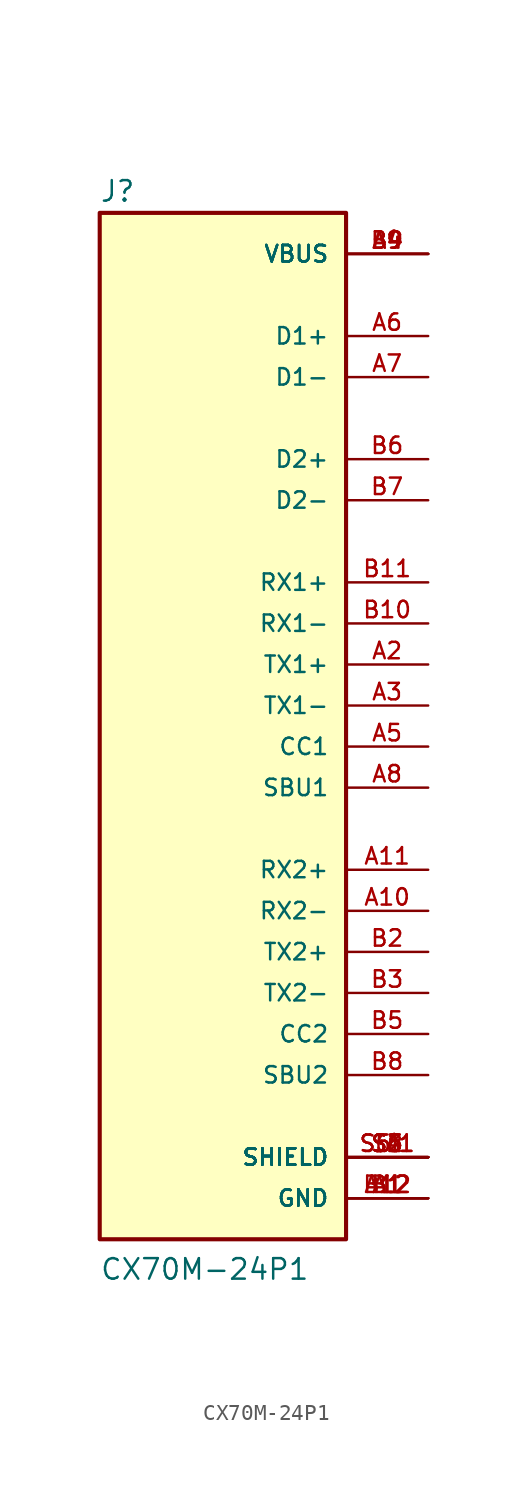
<source format=kicad_sym>
(kicad_symbol_lib
  (version 20211014)
  (generator kicad_symbol_editor)
  (symbol "CX70M-24P1"
    (pin_names
      (offset 1.016))
    (property "Reference" "J"
      (at -7.64 33.614 0)
      (effects (font (size 1.27 1.27)) (justify bottom left)))
    (property "Value" "CX70M-24P1"
      (at -7.633 -33.08 0)
      (effects (font (size 1.27 1.27)) (justify bottom left)))
    (symbol "CX70M-24P1_0_0"
      (rectangle (start -7.62 -30.48) (end 7.62 33.02) (stroke (width 0.254)) (fill (type background)))
      (pin power_in line (at 12.7 30.48 180.0) (length 5.08) (name "VBUS" (effects (font (size 1.016 1.016)))) (number "A4" (effects (font (size 1.016 1.016)))))
      (pin power_in line (at 12.7 30.48 180.0) (length 5.08) (name "VBUS" (effects (font (size 1.016 1.016)))) (number "A9" (effects (font (size 1.016 1.016)))))
      (pin power_in line (at 12.7 30.48 180.0) (length 5.08) (name "VBUS" (effects (font (size 1.016 1.016)))) (number "B4" (effects (font (size 1.016 1.016)))))
      (pin power_in line (at 12.7 30.48 180.0) (length 5.08) (name "VBUS" (effects (font (size 1.016 1.016)))) (number "B9" (effects (font (size 1.016 1.016)))))
      (pin power_in line (at 12.7 -25.4 180.0) (length 5.08) (name "SHIELD" (effects (font (size 1.016 1.016)))) (number "S1" (effects (font (size 1.016 1.016)))))
      (pin power_in line (at 12.7 -25.4 180.0) (length 5.08) (name "SHIELD" (effects (font (size 1.016 1.016)))) (number "S2" (effects (font (size 1.016 1.016)))))
      (pin power_in line (at 12.7 -25.4 180.0) (length 5.08) (name "SHIELD" (effects (font (size 1.016 1.016)))) (number "S3" (effects (font (size 1.016 1.016)))))
      (pin power_in line (at 12.7 -25.4 180.0) (length 5.08) (name "SHIELD" (effects (font (size 1.016 1.016)))) (number "S4" (effects (font (size 1.016 1.016)))))
      (pin power_in line (at 12.7 -25.4 180.0) (length 5.08) (name "SHIELD" (effects (font (size 1.016 1.016)))) (number "S5" (effects (font (size 1.016 1.016)))))
      (pin power_in line (at 12.7 -25.4 180.0) (length 5.08) (name "SHIELD" (effects (font (size 1.016 1.016)))) (number "S5.1" (effects (font (size 1.016 1.016)))))
      (pin power_in line (at 12.7 -25.4 180.0) (length 5.08) (name "SHIELD" (effects (font (size 1.016 1.016)))) (number "S6" (effects (font (size 1.016 1.016)))))
      (pin power_in line (at 12.7 -25.4 180.0) (length 5.08) (name "SHIELD" (effects (font (size 1.016 1.016)))) (number "S6.1" (effects (font (size 1.016 1.016)))))
      (pin bidirectional line (at 12.7 25.4 180.0) (length 5.08) (name "D1+" (effects (font (size 1.016 1.016)))) (number "A6" (effects (font (size 1.016 1.016)))))
      (pin bidirectional line (at 12.7 22.86 180.0) (length 5.08) (name "D1-" (effects (font (size 1.016 1.016)))) (number "A7" (effects (font (size 1.016 1.016)))))
      (pin bidirectional line (at 12.7 17.78 180.0) (length 5.08) (name "D2+" (effects (font (size 1.016 1.016)))) (number "B6" (effects (font (size 1.016 1.016)))))
      (pin bidirectional line (at 12.7 15.24 180.0) (length 5.08) (name "D2-" (effects (font (size 1.016 1.016)))) (number "B7" (effects (font (size 1.016 1.016)))))
      (pin power_in line (at 12.7 -27.94 180.0) (length 5.08) (name "GND" (effects (font (size 1.016 1.016)))) (number "A1" (effects (font (size 1.016 1.016)))))
      (pin power_in line (at 12.7 -27.94 180.0) (length 5.08) (name "GND" (effects (font (size 1.016 1.016)))) (number "A12" (effects (font (size 1.016 1.016)))))
      (pin power_in line (at 12.7 -27.94 180.0) (length 5.08) (name "GND" (effects (font (size 1.016 1.016)))) (number "B1" (effects (font (size 1.016 1.016)))))
      (pin power_in line (at 12.7 -27.94 180.0) (length 5.08) (name "GND" (effects (font (size 1.016 1.016)))) (number "B12" (effects (font (size 1.016 1.016)))))
      (pin bidirectional line (at 12.7 10.16 180.0) (length 5.08) (name "RX1+" (effects (font (size 1.016 1.016)))) (number "B11" (effects (font (size 1.016 1.016)))))
      (pin bidirectional line (at 12.7 7.62 180.0) (length 5.08) (name "RX1-" (effects (font (size 1.016 1.016)))) (number "B10" (effects (font (size 1.016 1.016)))))
      (pin bidirectional line (at 12.7 5.08 180.0) (length 5.08) (name "TX1+" (effects (font (size 1.016 1.016)))) (number "A2" (effects (font (size 1.016 1.016)))))
      (pin bidirectional line (at 12.7 2.54 180.0) (length 5.08) (name "TX1-" (effects (font (size 1.016 1.016)))) (number "A3" (effects (font (size 1.016 1.016)))))
      (pin bidirectional line (at 12.7 0.0 180.0) (length 5.08) (name "CC1" (effects (font (size 1.016 1.016)))) (number "A5" (effects (font (size 1.016 1.016)))))
      (pin bidirectional line (at 12.7 -2.54 180.0) (length 5.08) (name "SBU1" (effects (font (size 1.016 1.016)))) (number "A8" (effects (font (size 1.016 1.016)))))
      (pin bidirectional line (at 12.7 -7.62 180.0) (length 5.08) (name "RX2+" (effects (font (size 1.016 1.016)))) (number "A11" (effects (font (size 1.016 1.016)))))
      (pin bidirectional line (at 12.7 -10.16 180.0) (length 5.08) (name "RX2-" (effects (font (size 1.016 1.016)))) (number "A10" (effects (font (size 1.016 1.016)))))
      (pin bidirectional line (at 12.7 -12.7 180.0) (length 5.08) (name "TX2+" (effects (font (size 1.016 1.016)))) (number "B2" (effects (font (size 1.016 1.016)))))
      (pin bidirectional line (at 12.7 -15.24 180.0) (length 5.08) (name "TX2-" (effects (font (size 1.016 1.016)))) (number "B3" (effects (font (size 1.016 1.016)))))
      (pin bidirectional line (at 12.7 -17.78 180.0) (length 5.08) (name "CC2" (effects (font (size 1.016 1.016)))) (number "B5" (effects (font (size 1.016 1.016)))))
      (pin bidirectional line (at 12.7 -20.32 180.0) (length 5.08) (name "SBU2" (effects (font (size 1.016 1.016)))) (number "B8" (effects (font (size 1.016 1.016))))))))
</source>
